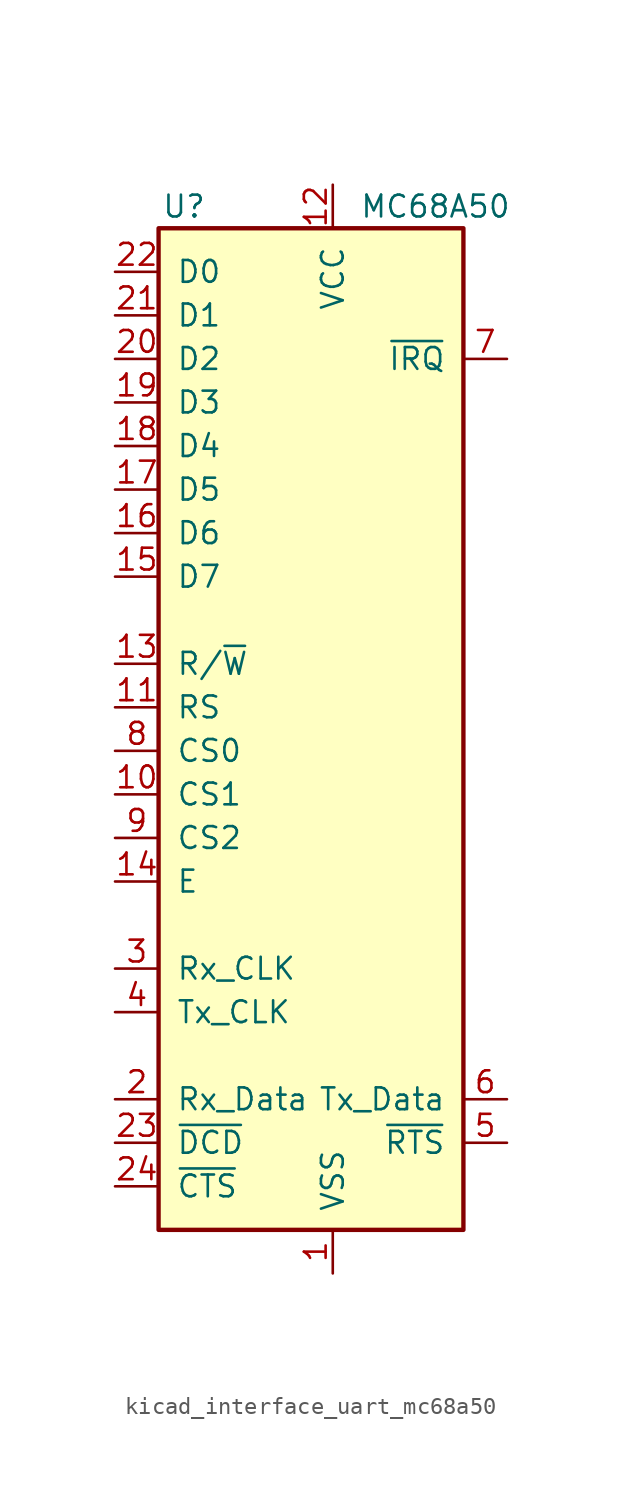
<source format=kicad_sym>
(kicad_symbol_lib
  (version 20220914)
  (generator kicad_symbol_editor)
  (symbol "kicad_interface_uart_mc68a50"
    (pin_names
      (offset 1.016))
    (property "Reference" "U"
      (at -7.366 31.75 0)
      (effects (font (size 1.27 1.27)) (justify right)))
    (property "Value" "MC68A50"
      (at 10.414 31.75 0)
      (effects (font (size 1.27 1.27)) (justify right)))
    (symbol "kicad_interface_uart_mc68a50_1_1"
      (rectangle (start -10.16 -27.94) (end 7.62 30.48) (stroke (width 0.254) (type default)) (fill (type background)))
      (pin power_in line (at 0 -30.48 90) (length 2.54) (name "VSS" (effects (font (size 1.27 1.27)))) (number "1" (effects (font (size 1.27 1.27)))))
      (pin input line (at -12.7 -2.54 0) (length 2.54) (name "CS1" (effects (font (size 1.27 1.27)))) (number "10" (effects (font (size 1.27 1.27)))))
      (pin input line (at -12.7 2.54 0) (length 2.54) (name "RS" (effects (font (size 1.27 1.27)))) (number "11" (effects (font (size 1.27 1.27)))))
      (pin power_in line (at 0 33.02 270) (length 2.54) (name "VCC" (effects (font (size 1.27 1.27)))) (number "12" (effects (font (size 1.27 1.27)))))
      (pin input line (at -12.7 5.08 0) (length 2.54) (name "R/~{W}" (effects (font (size 1.27 1.27)))) (number "13" (effects (font (size 1.27 1.27)))))
      (pin input line (at -12.7 -7.62 0) (length 2.54) (name "E" (effects (font (size 1.27 1.27)))) (number "14" (effects (font (size 1.27 1.27)))))
      (pin bidirectional line (at -12.7 10.16 0) (length 2.54) (name "D7" (effects (font (size 1.27 1.27)))) (number "15" (effects (font (size 1.27 1.27)))))
      (pin bidirectional line (at -12.7 12.7 0) (length 2.54) (name "D6" (effects (font (size 1.27 1.27)))) (number "16" (effects (font (size 1.27 1.27)))))
      (pin bidirectional line (at -12.7 15.24 0) (length 2.54) (name "D5" (effects (font (size 1.27 1.27)))) (number "17" (effects (font (size 1.27 1.27)))))
      (pin bidirectional line (at -12.7 17.78 0) (length 2.54) (name "D4" (effects (font (size 1.27 1.27)))) (number "18" (effects (font (size 1.27 1.27)))))
      (pin bidirectional line (at -12.7 20.32 0) (length 2.54) (name "D3" (effects (font (size 1.27 1.27)))) (number "19" (effects (font (size 1.27 1.27)))))
      (pin input line (at -12.7 -20.32 0) (length 2.54) (name "Rx_Data" (effects (font (size 1.27 1.27)))) (number "2" (effects (font (size 1.27 1.27)))))
      (pin bidirectional line (at -12.7 22.86 0) (length 2.54) (name "D2" (effects (font (size 1.27 1.27)))) (number "20" (effects (font (size 1.27 1.27)))))
      (pin bidirectional line (at -12.7 25.4 0) (length 2.54) (name "D1" (effects (font (size 1.27 1.27)))) (number "21" (effects (font (size 1.27 1.27)))))
      (pin bidirectional line (at -12.7 27.94 0) (length 2.54) (name "D0" (effects (font (size 1.27 1.27)))) (number "22" (effects (font (size 1.27 1.27)))))
      (pin input line (at -12.7 -22.86 0) (length 2.54) (name "~{DCD}" (effects (font (size 1.27 1.27)))) (number "23" (effects (font (size 1.27 1.27)))))
      (pin input line (at -12.7 -25.4 0) (length 2.54) (name "~{CTS}" (effects (font (size 1.27 1.27)))) (number "24" (effects (font (size 1.27 1.27)))))
      (pin input line (at -12.7 -12.7 0) (length 2.54) (name "Rx_CLK" (effects (font (size 1.27 1.27)))) (number "3" (effects (font (size 1.27 1.27)))))
      (pin input line (at -12.7 -15.24 0) (length 2.54) (name "Tx_CLK" (effects (font (size 1.27 1.27)))) (number "4" (effects (font (size 1.27 1.27)))))
      (pin output line (at 10.16 -22.86 180) (length 2.54) (name "~{RTS}" (effects (font (size 1.27 1.27)))) (number "5" (effects (font (size 1.27 1.27)))))
      (pin output line (at 10.16 -20.32 180) (length 2.54) (name "Tx_Data" (effects (font (size 1.27 1.27)))) (number "6" (effects (font (size 1.27 1.27)))))
      (pin output line (at 10.16 22.86 180) (length 2.54) (name "~{IRQ}" (effects (font (size 1.27 1.27)))) (number "7" (effects (font (size 1.27 1.27)))))
      (pin input line (at -12.7 0 0) (length 2.54) (name "CS0" (effects (font (size 1.27 1.27)))) (number "8" (effects (font (size 1.27 1.27)))))
      (pin input line (at -12.7 -5.08 0) (length 2.54) (name "CS2" (effects (font (size 1.27 1.27)))) (number "9" (effects (font (size 1.27 1.27))))))))
</source>
